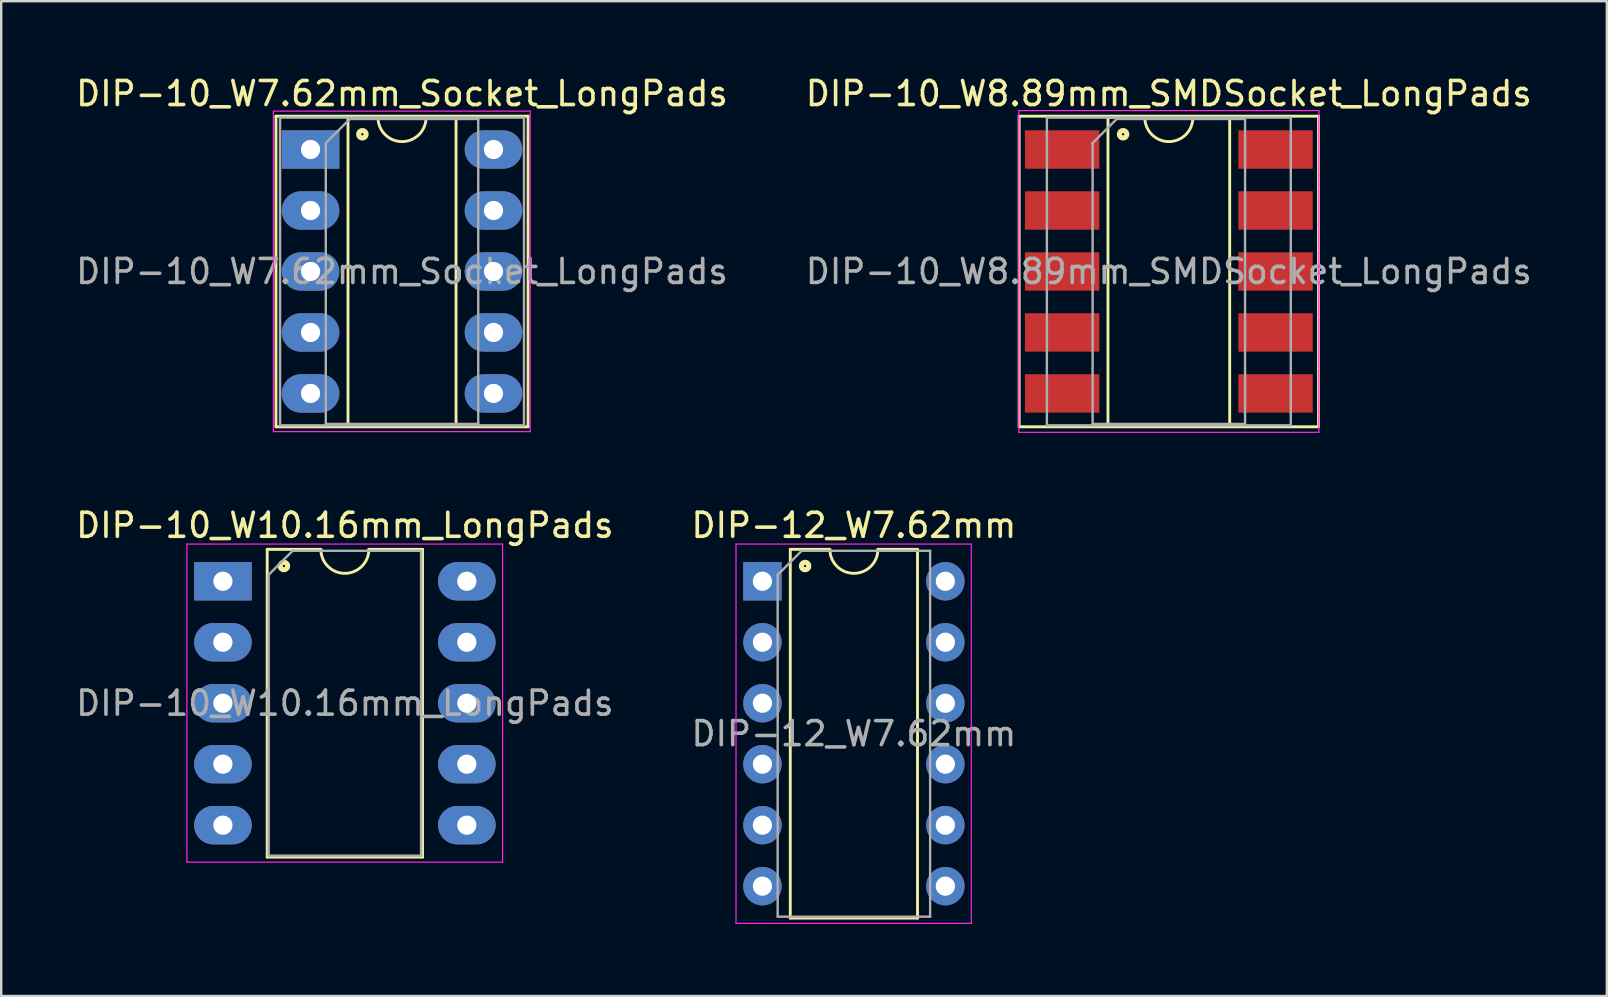
<source format=kicad_pcb>
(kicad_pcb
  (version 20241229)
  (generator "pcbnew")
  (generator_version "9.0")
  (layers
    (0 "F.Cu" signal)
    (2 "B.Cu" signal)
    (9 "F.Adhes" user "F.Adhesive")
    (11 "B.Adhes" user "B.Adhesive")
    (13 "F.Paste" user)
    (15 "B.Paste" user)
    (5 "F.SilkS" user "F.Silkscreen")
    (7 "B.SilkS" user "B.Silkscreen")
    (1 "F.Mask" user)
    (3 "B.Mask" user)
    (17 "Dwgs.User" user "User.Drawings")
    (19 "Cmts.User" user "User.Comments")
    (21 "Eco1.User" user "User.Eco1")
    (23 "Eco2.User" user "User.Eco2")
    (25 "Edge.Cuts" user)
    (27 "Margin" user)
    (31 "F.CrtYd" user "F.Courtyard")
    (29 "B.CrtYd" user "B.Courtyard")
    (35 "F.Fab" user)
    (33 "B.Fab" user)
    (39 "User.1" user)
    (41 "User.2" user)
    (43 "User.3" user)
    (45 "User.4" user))
  (footprint "DIP-10_W7.62mm_Socket_LongPads"
    (layer "F.Cu")
    (at 9.886 3.178)
    (property "Reference" "DIP-10_W7.62mm_Socket_LongPads" (at 3.81 -2.33 0) (layer "F.SilkS") (effects (font (size 1 1) (thickness 0.15))))
    (attr through_hole)
    (fp_line (start -1.44 -1.39) (end -1.44 11.55) (stroke (width 0.12) (type solid)) (layer "F.SilkS"))
    (fp_line (start -1.44 11.55) (end 9.06 11.55) (stroke (width 0.12) (type solid)) (layer "F.SilkS"))
    (fp_line (start 1.56 -1.33) (end 1.56 11.49) (stroke (width 0.12) (type solid)) (layer "F.SilkS"))
    (fp_line (start 1.56 11.49) (end 6.06 11.49) (stroke (width 0.12) (type solid)) (layer "F.SilkS"))
    (fp_line (start 2.81 -1.33) (end 1.56 -1.33) (stroke (width 0.12) (type solid)) (layer "F.SilkS"))
    (fp_line (start 6.06 -1.33) (end 4.81 -1.33) (stroke (width 0.12) (type solid)) (layer "F.SilkS"))
    (fp_line (start 6.06 11.49) (end 6.06 -1.33) (stroke (width 0.12) (type solid)) (layer "F.SilkS"))
    (fp_line (start 9.06 -1.39) (end -1.44 -1.39) (stroke (width 0.12) (type solid)) (layer "F.SilkS"))
    (fp_line (start 9.06 11.55) (end 9.06 -1.39) (stroke (width 0.12) (type solid)) (layer "F.SilkS"))
    (fp_arc (start 4.81 -1.33) (mid 3.81 -0.33) (end 2.81 -1.33) (stroke (width 0.12) (type solid)) (layer "F.SilkS"))
    (fp_circle (center 2.159 -0.635) (end 2.209 -0.635) (stroke (width 0.12) (type solid)) (fill no) (layer "F.SilkS"))
    (fp_circle (center 2.159 -0.635) (end 2.284 -0.635) (stroke (width 0.12) (type solid)) (fill no) (layer "F.SilkS"))
    (fp_circle (center 2.159 -0.635) (end 2.359 -0.635) (stroke (width 0.12) (type solid)) (fill no) (layer "F.SilkS"))
    (fp_line (start -1.55 -1.6) (end -1.55 11.75) (stroke (width 0.05) (type solid)) (layer "F.CrtYd"))
    (fp_line (start -1.55 11.75) (end 9.15 11.75) (stroke (width 0.05) (type solid)) (layer "F.CrtYd"))
    (fp_line (start 9.15 -1.6) (end -1.55 -1.6) (stroke (width 0.05) (type solid)) (layer "F.CrtYd"))
    (fp_line (start 9.15 11.75) (end 9.15 -1.6) (stroke (width 0.05) (type solid)) (layer "F.CrtYd"))
    (fp_line (start -1.27 -1.33) (end -1.27 11.49) (stroke (width 0.1) (type solid)) (layer "F.Fab"))
    (fp_line (start -1.27 11.49) (end 8.89 11.49) (stroke (width 0.1) (type solid)) (layer "F.Fab"))
    (fp_line (start 0.635 -0.27) (end 1.635 -1.27) (stroke (width 0.1) (type solid)) (layer "F.Fab"))
    (fp_line (start 0.635 11.43) (end 0.635 -0.27) (stroke (width 0.1) (type solid)) (layer "F.Fab"))
    (fp_line (start 1.635 -1.27) (end 6.985 -1.27) (stroke (width 0.1) (type solid)) (layer "F.Fab"))
    (fp_line (start 6.985 -1.27) (end 6.985 11.43) (stroke (width 0.1) (type solid)) (layer "F.Fab"))
    (fp_line (start 6.985 11.43) (end 0.635 11.43) (stroke (width 0.1) (type solid)) (layer "F.Fab"))
    (fp_line (start 8.89 -1.33) (end -1.27 -1.33) (stroke (width 0.1) (type solid)) (layer "F.Fab"))
    (fp_line (start 8.89 11.49) (end 8.89 -1.33) (stroke (width 0.1) (type solid)) (layer "F.Fab"))
    (fp_text user "${REFERENCE}" (at 3.81 5.08 0) (layer "F.Fab") (effects (font (size 1 1) (thickness 0.15))))
    (pad "1" thru_hole rect (at 0 0) (size 2.4 1.6) (drill 0.8) (layers "*.Cu" "*.Mask"))
    (pad "2" thru_hole oval (at 0 2.54) (size 2.4 1.6) (drill 0.8) (layers "*.Cu" "*.Mask"))
    (pad "3" thru_hole oval (at 0 5.08) (size 2.4 1.6) (drill 0.8) (layers "*.Cu" "*.Mask"))
    (pad "4" thru_hole oval (at 0 7.62) (size 2.4 1.6) (drill 0.8) (layers "*.Cu" "*.Mask"))
    (pad "5" thru_hole oval (at 0 10.16) (size 2.4 1.6) (drill 0.8) (layers "*.Cu" "*.Mask"))
    (pad "6" thru_hole oval (at 7.62 10.16) (size 2.4 1.6) (drill 0.8) (layers "*.Cu" "*.Mask"))
    (pad "7" thru_hole oval (at 7.62 7.62) (size 2.4 1.6) (drill 0.8) (layers "*.Cu" "*.Mask"))
    (pad "8" thru_hole oval (at 7.62 5.08) (size 2.4 1.6) (drill 0.8) (layers "*.Cu" "*.Mask"))
    (pad "9" thru_hole oval (at 7.62 2.54) (size 2.4 1.6) (drill 0.8) (layers "*.Cu" "*.Mask"))
    (pad "10" thru_hole oval (at 7.62 0) (size 2.4 1.6) (drill 0.8) (layers "*.Cu" "*.Mask")))
  (footprint "DIP-10_W10.16mm_LongPads"
    (layer "F.Cu")
    (at 6.235 21.162)
    (property "Reference" "DIP-10_W10.16mm_LongPads" (at 5.08 -2.33 0) (layer "F.SilkS") (effects (font (size 1 1) (thickness 0.15))))
    (attr through_hole)
    (fp_line (start 1.845 -1.33) (end 1.845 11.49) (stroke (width 0.12) (type solid)) (layer "F.SilkS"))
    (fp_line (start 1.845 11.49) (end 8.315 11.49) (stroke (width 0.12) (type solid)) (layer "F.SilkS"))
    (fp_line (start 4.08 -1.33) (end 1.845 -1.33) (stroke (width 0.12) (type solid)) (layer "F.SilkS"))
    (fp_line (start 8.315 -1.33) (end 6.08 -1.33) (stroke (width 0.12) (type solid)) (layer "F.SilkS"))
    (fp_line (start 8.315 11.49) (end 8.315 -1.33) (stroke (width 0.12) (type solid)) (layer "F.SilkS"))
    (fp_arc (start 6.08 -1.33) (mid 5.08 -0.33) (end 4.08 -1.33) (stroke (width 0.12) (type solid)) (layer "F.SilkS"))
    (fp_circle (center 2.54 -0.635) (end 2.59 -0.635) (stroke (width 0.12) (type solid)) (fill no) (layer "F.SilkS"))
    (fp_circle (center 2.54 -0.635) (end 2.665 -0.635) (stroke (width 0.12) (type solid)) (fill no) (layer "F.SilkS"))
    (fp_circle (center 2.54 -0.635) (end 2.74 -0.635) (stroke (width 0.12) (type solid)) (fill no) (layer "F.SilkS"))
    (fp_line (start -1.5 -1.55) (end -1.5 11.7) (stroke (width 0.05) (type solid)) (layer "F.CrtYd"))
    (fp_line (start -1.5 11.7) (end 11.65 11.7) (stroke (width 0.05) (type solid)) (layer "F.CrtYd"))
    (fp_line (start 11.65 -1.55) (end -1.5 -1.55) (stroke (width 0.05) (type solid)) (layer "F.CrtYd"))
    (fp_line (start 11.65 11.7) (end 11.65 -1.55) (stroke (width 0.05) (type solid)) (layer "F.CrtYd"))
    (fp_line (start 1.905 -0.27) (end 2.905 -1.27) (stroke (width 0.1) (type solid)) (layer "F.Fab"))
    (fp_line (start 1.905 11.43) (end 1.905 -0.27) (stroke (width 0.1) (type solid)) (layer "F.Fab"))
    (fp_line (start 2.905 -1.27) (end 8.255 -1.27) (stroke (width 0.1) (type solid)) (layer "F.Fab"))
    (fp_line (start 8.255 -1.27) (end 8.255 11.43) (stroke (width 0.1) (type solid)) (layer "F.Fab"))
    (fp_line (start 8.255 11.43) (end 1.905 11.43) (stroke (width 0.1) (type solid)) (layer "F.Fab"))
    (fp_text user "${REFERENCE}" (at 5.08 5.08 0) (layer "F.Fab") (effects (font (size 1 1) (thickness 0.15))))
    (pad "1" thru_hole rect (at 0 0) (size 2.4 1.6) (drill 0.8) (layers "*.Cu" "*.Mask"))
    (pad "2" thru_hole oval (at 0 2.54) (size 2.4 1.6) (drill 0.8) (layers "*.Cu" "*.Mask"))
    (pad "3" thru_hole oval (at 0 5.08) (size 2.4 1.6) (drill 0.8) (layers "*.Cu" "*.Mask"))
    (pad "4" thru_hole oval (at 0 7.62) (size 2.4 1.6) (drill 0.8) (layers "*.Cu" "*.Mask"))
    (pad "5" thru_hole oval (at 0 10.16) (size 2.4 1.6) (drill 0.8) (layers "*.Cu" "*.Mask"))
    (pad "6" thru_hole oval (at 10.16 10.16) (size 2.4 1.6) (drill 0.8) (layers "*.Cu" "*.Mask"))
    (pad "7" thru_hole oval (at 10.16 7.62) (size 2.4 1.6) (drill 0.8) (layers "*.Cu" "*.Mask"))
    (pad "8" thru_hole oval (at 10.16 5.08) (size 2.4 1.6) (drill 0.8) (layers "*.Cu" "*.Mask"))
    (pad "9" thru_hole oval (at 10.16 2.54) (size 2.4 1.6) (drill 0.8) (layers "*.Cu" "*.Mask"))
    (pad "10" thru_hole oval (at 10.16 0) (size 2.4 1.6) (drill 0.8) (layers "*.Cu" "*.Mask")))
  (footprint "DIP-10_W8.89mm_SMDSocket_LongPads"
    (layer "F.Cu")
    (at 45.637 8.258)
    (property "Reference" "DIP-10_W8.89mm_SMDSocket_LongPads" (at 0 -7.41 0) (layer "F.SilkS") (effects (font (size 1 1) (thickness 0.15))))
    (attr smd)
    (fp_line (start -6.235 -6.47) (end -6.235 6.47) (stroke (width 0.12) (type solid)) (layer "F.SilkS"))
    (fp_line (start -6.235 6.47) (end 6.235 6.47) (stroke (width 0.12) (type solid)) (layer "F.SilkS"))
    (fp_line (start -2.535 -6.41) (end -2.535 6.41) (stroke (width 0.12) (type solid)) (layer "F.SilkS"))
    (fp_line (start -2.535 6.41) (end 2.535 6.41) (stroke (width 0.12) (type solid)) (layer "F.SilkS"))
    (fp_line (start -1 -6.41) (end -2.535 -6.41) (stroke (width 0.12) (type solid)) (layer "F.SilkS"))
    (fp_line (start 2.535 -6.41) (end 1 -6.41) (stroke (width 0.12) (type solid)) (layer "F.SilkS"))
    (fp_line (start 2.535 6.41) (end 2.535 -6.41) (stroke (width 0.12) (type solid)) (layer "F.SilkS"))
    (fp_line (start 6.235 -6.47) (end -6.235 -6.47) (stroke (width 0.12) (type solid)) (layer "F.SilkS"))
    (fp_line (start 6.235 6.47) (end 6.235 -6.47) (stroke (width 0.12) (type solid)) (layer "F.SilkS"))
    (fp_arc (start 1 -6.41) (mid 0 -5.41) (end -1 -6.41) (stroke (width 0.12) (type solid)) (layer "F.SilkS"))
    (fp_circle (center -1.905 -5.715) (end -1.855 -5.715) (stroke (width 0.12) (type solid)) (fill no) (layer "F.SilkS"))
    (fp_circle (center -1.905 -5.715) (end -1.78 -5.715) (stroke (width 0.12) (type solid)) (fill no) (layer "F.SilkS"))
    (fp_circle (center -1.905 -5.715) (end -1.705 -5.715) (stroke (width 0.12) (type solid)) (fill no) (layer "F.SilkS"))
    (fp_line (start -6.25 -6.7) (end -6.25 6.7) (stroke (width 0.05) (type solid)) (layer "F.CrtYd"))
    (fp_line (start -6.25 6.7) (end 6.25 6.7) (stroke (width 0.05) (type solid)) (layer "F.CrtYd"))
    (fp_line (start 6.25 -6.7) (end -6.25 -6.7) (stroke (width 0.05) (type solid)) (layer "F.CrtYd"))
    (fp_line (start 6.25 6.7) (end 6.25 -6.7) (stroke (width 0.05) (type solid)) (layer "F.CrtYd"))
    (fp_line (start -5.08 -6.41) (end -5.08 6.41) (stroke (width 0.1) (type solid)) (layer "F.Fab"))
    (fp_line (start -5.08 6.41) (end 5.08 6.41) (stroke (width 0.1) (type solid)) (layer "F.Fab"))
    (fp_line (start -3.175 -5.35) (end -2.175 -6.35) (stroke (width 0.1) (type solid)) (layer "F.Fab"))
    (fp_line (start -3.175 6.35) (end -3.175 -5.35) (stroke (width 0.1) (type solid)) (layer "F.Fab"))
    (fp_line (start -2.175 -6.35) (end 3.175 -6.35) (stroke (width 0.1) (type solid)) (layer "F.Fab"))
    (fp_line (start 3.175 -6.35) (end 3.175 6.35) (stroke (width 0.1) (type solid)) (layer "F.Fab"))
    (fp_line (start 3.175 6.35) (end -3.175 6.35) (stroke (width 0.1) (type solid)) (layer "F.Fab"))
    (fp_line (start 5.08 -6.41) (end -5.08 -6.41) (stroke (width 0.1) (type solid)) (layer "F.Fab"))
    (fp_line (start 5.08 6.41) (end 5.08 -6.41) (stroke (width 0.1) (type solid)) (layer "F.Fab"))
    (fp_text user "${REFERENCE}" (at 0 0 0) (layer "F.Fab") (effects (font (size 1 1) (thickness 0.15))))
    (pad "1" smd rect (at -4.445 -5.08) (size 3.1 1.6) (layers "F.Cu" "F.Mask" "F.Paste"))
    (pad "2" smd rect (at -4.445 -2.54) (size 3.1 1.6) (layers "F.Cu" "F.Mask" "F.Paste"))
    (pad "3" smd rect (at -4.445 0) (size 3.1 1.6) (layers "F.Cu" "F.Mask" "F.Paste"))
    (pad "4" smd rect (at -4.445 2.54) (size 3.1 1.6) (layers "F.Cu" "F.Mask" "F.Paste"))
    (pad "5" smd rect (at -4.445 5.08) (size 3.1 1.6) (layers "F.Cu" "F.Mask" "F.Paste"))
    (pad "6" smd rect (at 4.445 5.08) (size 3.1 1.6) (layers "F.Cu" "F.Mask" "F.Paste"))
    (pad "7" smd rect (at 4.445 2.54) (size 3.1 1.6) (layers "F.Cu" "F.Mask" "F.Paste"))
    (pad "8" smd rect (at 4.445 0) (size 3.1 1.6) (layers "F.Cu" "F.Mask" "F.Paste"))
    (pad "9" smd rect (at 4.445 -2.54) (size 3.1 1.6) (layers "F.Cu" "F.Mask" "F.Paste"))
    (pad "10" smd rect (at 4.445 -5.08) (size 3.1 1.6) (layers "F.Cu" "F.Mask" "F.Paste")))
  (footprint "DIP-12_W7.62mm"
    (layer "F.Cu")
    (at 28.708 21.162)
    (property "Reference" "DIP-12_W7.62mm" (at 3.81 -2.33 0) (layer "F.SilkS") (effects (font (size 1 1) (thickness 0.15))))
    (attr through_hole)
    (fp_line (start 1.16 -1.33) (end 1.16 14.03) (stroke (width 0.12) (type solid)) (layer "F.SilkS"))
    (fp_line (start 1.16 14.03) (end 6.46 14.03) (stroke (width 0.12) (type solid)) (layer "F.SilkS"))
    (fp_line (start 2.81 -1.33) (end 1.16 -1.33) (stroke (width 0.12) (type solid)) (layer "F.SilkS"))
    (fp_line (start 6.46 -1.33) (end 4.81 -1.33) (stroke (width 0.12) (type solid)) (layer "F.SilkS"))
    (fp_line (start 6.46 14.03) (end 6.46 -1.33) (stroke (width 0.12) (type solid)) (layer "F.SilkS"))
    (fp_arc (start 4.81 -1.33) (mid 3.81 -0.33) (end 2.81 -1.33) (stroke (width 0.12) (type solid)) (layer "F.SilkS"))
    (fp_circle (center 1.778 -0.635) (end 1.828 -0.635) (stroke (width 0.12) (type solid)) (fill no) (layer "F.SilkS"))
    (fp_circle (center 1.778 -0.635) (end 1.903 -0.635) (stroke (width 0.12) (type solid)) (fill no) (layer "F.SilkS"))
    (fp_circle (center 1.778 -0.635) (end 1.978 -0.635) (stroke (width 0.12) (type solid)) (fill no) (layer "F.SilkS"))
    (fp_line (start -1.1 -1.55) (end -1.1 14.25) (stroke (width 0.05) (type solid)) (layer "F.CrtYd"))
    (fp_line (start -1.1 14.25) (end 8.7 14.25) (stroke (width 0.05) (type solid)) (layer "F.CrtYd"))
    (fp_line (start 8.7 -1.55) (end -1.1 -1.55) (stroke (width 0.05) (type solid)) (layer "F.CrtYd"))
    (fp_line (start 8.7 14.25) (end 8.7 -1.55) (stroke (width 0.05) (type solid)) (layer "F.CrtYd"))
    (fp_line (start 0.635 -0.27) (end 1.635 -1.27) (stroke (width 0.1) (type solid)) (layer "F.Fab"))
    (fp_line (start 0.635 13.97) (end 0.635 -0.27) (stroke (width 0.1) (type solid)) (layer "F.Fab"))
    (fp_line (start 1.635 -1.27) (end 6.985 -1.27) (stroke (width 0.1) (type solid)) (layer "F.Fab"))
    (fp_line (start 6.985 -1.27) (end 6.985 13.97) (stroke (width 0.1) (type solid)) (layer "F.Fab"))
    (fp_line (start 6.985 13.97) (end 0.635 13.97) (stroke (width 0.1) (type solid)) (layer "F.Fab"))
    (fp_text user "${REFERENCE}" (at 3.81 6.35 0) (layer "F.Fab") (effects (font (size 1 1) (thickness 0.15))))
    (pad "1" thru_hole rect (at 0 0) (size 1.6 1.6) (drill 0.8) (layers "*.Cu" "*.Mask"))
    (pad "2" thru_hole oval (at 0 2.54) (size 1.6 1.6) (drill 0.8) (layers "*.Cu" "*.Mask"))
    (pad "3" thru_hole oval (at 0 5.08) (size 1.6 1.6) (drill 0.8) (layers "*.Cu" "*.Mask"))
    (pad "4" thru_hole oval (at 0 7.62) (size 1.6 1.6) (drill 0.8) (layers "*.Cu" "*.Mask"))
    (pad "5" thru_hole oval (at 0 10.16) (size 1.6 1.6) (drill 0.8) (layers "*.Cu" "*.Mask"))
    (pad "6" thru_hole oval (at 0 12.7) (size 1.6 1.6) (drill 0.8) (layers "*.Cu" "*.Mask"))
    (pad "7" thru_hole oval (at 7.62 12.7) (size 1.6 1.6) (drill 0.8) (layers "*.Cu" "*.Mask"))
    (pad "8" thru_hole oval (at 7.62 10.16) (size 1.6 1.6) (drill 0.8) (layers "*.Cu" "*.Mask"))
    (pad "9" thru_hole oval (at 7.62 7.62) (size 1.6 1.6) (drill 0.8) (layers "*.Cu" "*.Mask"))
    (pad "10" thru_hole oval (at 7.62 5.08) (size 1.6 1.6) (drill 0.8) (layers "*.Cu" "*.Mask"))
    (pad "11" thru_hole oval (at 7.62 2.54) (size 1.6 1.6) (drill 0.8) (layers "*.Cu" "*.Mask"))
    (pad "12" thru_hole oval (at 7.62 0) (size 1.6 1.6) (drill 0.8) (layers "*.Cu" "*.Mask")))
  (gr_rect
    (start -3 -3)
    (end 63.881 38.437)
    (stroke (width 0.1) (type default))
    (fill no)
    (layer "Edge.Cuts")))
</source>
